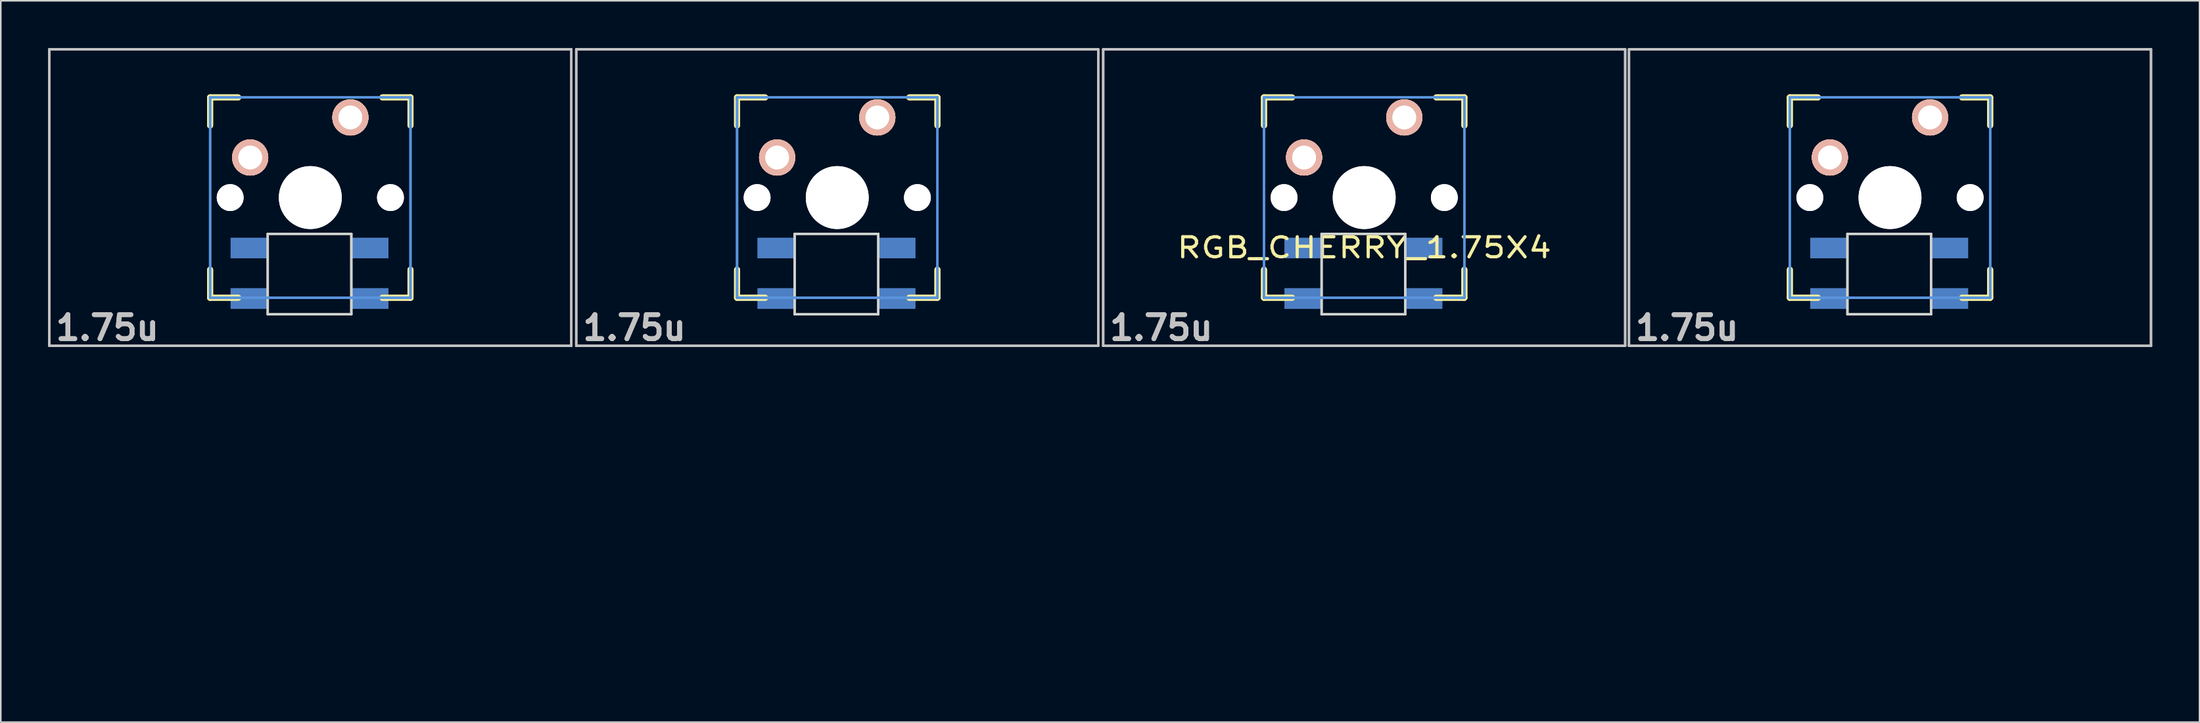
<source format=kicad_pcb>
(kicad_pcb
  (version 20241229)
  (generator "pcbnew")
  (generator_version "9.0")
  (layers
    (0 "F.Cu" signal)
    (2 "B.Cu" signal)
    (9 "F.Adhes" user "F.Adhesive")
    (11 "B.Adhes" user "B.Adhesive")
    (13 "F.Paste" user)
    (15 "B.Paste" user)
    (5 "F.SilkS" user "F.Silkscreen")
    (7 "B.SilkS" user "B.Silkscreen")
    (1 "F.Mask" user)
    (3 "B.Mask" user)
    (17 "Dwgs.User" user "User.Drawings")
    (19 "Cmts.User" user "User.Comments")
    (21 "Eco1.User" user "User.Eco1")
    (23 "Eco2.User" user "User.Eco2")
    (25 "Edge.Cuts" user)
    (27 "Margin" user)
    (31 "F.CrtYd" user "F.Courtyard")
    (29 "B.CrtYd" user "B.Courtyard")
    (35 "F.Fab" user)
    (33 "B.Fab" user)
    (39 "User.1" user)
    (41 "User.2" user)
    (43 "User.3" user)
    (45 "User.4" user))
  (footprint "RGB_CHERRY_1.75X4"
    (layer "F.Cu")
    (at 66.419 39.474)
    (property "Reference" "RGB_CHERRY_1.75X4" (at 17 -26.825 0) (layer "F.SilkS") (effects (font (size 1.27 1.524) (thickness 0.203))))
    (attr through_hole)
    (fp_line (start -56.15 -36.35) (end -54.372 -36.35) (stroke (width 0.381) (type solid)) (layer "F.SilkS"))
    (fp_line (start -56.15 -36.35) (end -54.372 -36.35) (stroke (width 0.381) (type solid)) (layer "F.SilkS"))
    (fp_line (start -56.15 -34.572) (end -56.15 -36.35) (stroke (width 0.381) (type solid)) (layer "F.SilkS"))
    (fp_line (start -56.15 -34.572) (end -56.15 -36.35) (stroke (width 0.381) (type solid)) (layer "F.SilkS"))
    (fp_line (start -56.15 -23.65) (end -56.15 -25.428) (stroke (width 0.381) (type solid)) (layer "F.SilkS"))
    (fp_line (start -56.15 -23.65) (end -56.15 -25.428) (stroke (width 0.381) (type solid)) (layer "F.SilkS"))
    (fp_line (start -54.372 -23.65) (end -56.15 -23.65) (stroke (width 0.381) (type solid)) (layer "F.SilkS"))
    (fp_line (start -54.372 -23.65) (end -56.15 -23.65) (stroke (width 0.381) (type solid)) (layer "F.SilkS"))
    (fp_line (start -45.228 -36.35) (end -43.45 -36.35) (stroke (width 0.381) (type solid)) (layer "F.SilkS"))
    (fp_line (start -45.228 -36.35) (end -43.45 -36.35) (stroke (width 0.381) (type solid)) (layer "F.SilkS"))
    (fp_line (start -43.45 -36.35) (end -43.45 -34.572) (stroke (width 0.381) (type solid)) (layer "F.SilkS"))
    (fp_line (start -43.45 -36.35) (end -43.45 -34.572) (stroke (width 0.381) (type solid)) (layer "F.SilkS"))
    (fp_line (start -43.45 -25.428) (end -43.45 -23.65) (stroke (width 0.381) (type solid)) (layer "F.SilkS"))
    (fp_line (start -43.45 -25.428) (end -43.45 -23.65) (stroke (width 0.381) (type solid)) (layer "F.SilkS"))
    (fp_line (start -43.45 -23.65) (end -45.228 -23.65) (stroke (width 0.381) (type solid)) (layer "F.SilkS"))
    (fp_line (start -43.45 -23.65) (end -45.228 -23.65) (stroke (width 0.381) (type solid)) (layer "F.SilkS"))
    (fp_line (start -22.75 -36.35) (end -20.972 -36.35) (stroke (width 0.381) (type solid)) (layer "F.SilkS"))
    (fp_line (start -22.75 -36.35) (end -20.972 -36.35) (stroke (width 0.381) (type solid)) (layer "F.SilkS"))
    (fp_line (start -22.75 -34.572) (end -22.75 -36.35) (stroke (width 0.381) (type solid)) (layer "F.SilkS"))
    (fp_line (start -22.75 -34.572) (end -22.75 -36.35) (stroke (width 0.381) (type solid)) (layer "F.SilkS"))
    (fp_line (start -22.75 -23.65) (end -22.75 -25.428) (stroke (width 0.381) (type solid)) (layer "F.SilkS"))
    (fp_line (start -22.75 -23.65) (end -22.75 -25.428) (stroke (width 0.381) (type solid)) (layer "F.SilkS"))
    (fp_line (start -20.972 -23.65) (end -22.75 -23.65) (stroke (width 0.381) (type solid)) (layer "F.SilkS"))
    (fp_line (start -20.972 -23.65) (end -22.75 -23.65) (stroke (width 0.381) (type solid)) (layer "F.SilkS"))
    (fp_line (start -11.828 -36.35) (end -10.05 -36.35) (stroke (width 0.381) (type solid)) (layer "F.SilkS"))
    (fp_line (start -11.828 -36.35) (end -10.05 -36.35) (stroke (width 0.381) (type solid)) (layer "F.SilkS"))
    (fp_line (start -10.05 -36.35) (end -10.05 -34.572) (stroke (width 0.381) (type solid)) (layer "F.SilkS"))
    (fp_line (start -10.05 -36.35) (end -10.05 -34.572) (stroke (width 0.381) (type solid)) (layer "F.SilkS"))
    (fp_line (start -10.05 -25.428) (end -10.05 -23.65) (stroke (width 0.381) (type solid)) (layer "F.SilkS"))
    (fp_line (start -10.05 -25.428) (end -10.05 -23.65) (stroke (width 0.381) (type solid)) (layer "F.SilkS"))
    (fp_line (start -10.05 -23.65) (end -11.828 -23.65) (stroke (width 0.381) (type solid)) (layer "F.SilkS"))
    (fp_line (start -10.05 -23.65) (end -11.828 -23.65) (stroke (width 0.381) (type solid)) (layer "F.SilkS"))
    (fp_line (start 10.65 -36.35) (end 12.428 -36.35) (stroke (width 0.381) (type solid)) (layer "F.SilkS"))
    (fp_line (start 10.65 -36.35) (end 12.428 -36.35) (stroke (width 0.381) (type solid)) (layer "F.SilkS"))
    (fp_line (start 10.65 -34.572) (end 10.65 -36.35) (stroke (width 0.381) (type solid)) (layer "F.SilkS"))
    (fp_line (start 10.65 -34.572) (end 10.65 -36.35) (stroke (width 0.381) (type solid)) (layer "F.SilkS"))
    (fp_line (start 10.65 -23.65) (end 10.65 -25.428) (stroke (width 0.381) (type solid)) (layer "F.SilkS"))
    (fp_line (start 10.65 -23.65) (end 10.65 -25.428) (stroke (width 0.381) (type solid)) (layer "F.SilkS"))
    (fp_line (start 12.428 -23.65) (end 10.65 -23.65) (stroke (width 0.381) (type solid)) (layer "F.SilkS"))
    (fp_line (start 12.428 -23.65) (end 10.65 -23.65) (stroke (width 0.381) (type solid)) (layer "F.SilkS"))
    (fp_line (start 21.572 -36.35) (end 23.35 -36.35) (stroke (width 0.381) (type solid)) (layer "F.SilkS"))
    (fp_line (start 21.572 -36.35) (end 23.35 -36.35) (stroke (width 0.381) (type solid)) (layer "F.SilkS"))
    (fp_line (start 23.35 -36.35) (end 23.35 -34.572) (stroke (width 0.381) (type solid)) (layer "F.SilkS"))
    (fp_line (start 23.35 -36.35) (end 23.35 -34.572) (stroke (width 0.381) (type solid)) (layer "F.SilkS"))
    (fp_line (start 23.35 -25.428) (end 23.35 -23.65) (stroke (width 0.381) (type solid)) (layer "F.SilkS"))
    (fp_line (start 23.35 -25.428) (end 23.35 -23.65) (stroke (width 0.381) (type solid)) (layer "F.SilkS"))
    (fp_line (start 23.35 -23.65) (end 21.572 -23.65) (stroke (width 0.381) (type solid)) (layer "F.SilkS"))
    (fp_line (start 23.35 -23.65) (end 21.572 -23.65) (stroke (width 0.381) (type solid)) (layer "F.SilkS"))
    (fp_line (start 43.978 -36.35) (end 45.756 -36.35) (stroke (width 0.381) (type solid)) (layer "F.SilkS"))
    (fp_line (start 43.978 -36.35) (end 45.756 -36.35) (stroke (width 0.381) (type solid)) (layer "F.SilkS"))
    (fp_line (start 43.978 -34.572) (end 43.978 -36.35) (stroke (width 0.381) (type solid)) (layer "F.SilkS"))
    (fp_line (start 43.978 -34.572) (end 43.978 -36.35) (stroke (width 0.381) (type solid)) (layer "F.SilkS"))
    (fp_line (start 43.978 -23.65) (end 43.978 -25.428) (stroke (width 0.381) (type solid)) (layer "F.SilkS"))
    (fp_line (start 43.978 -23.65) (end 43.978 -25.428) (stroke (width 0.381) (type solid)) (layer "F.SilkS"))
    (fp_line (start 45.756 -23.65) (end 43.978 -23.65) (stroke (width 0.381) (type solid)) (layer "F.SilkS"))
    (fp_line (start 45.756 -23.65) (end 43.978 -23.65) (stroke (width 0.381) (type solid)) (layer "F.SilkS"))
    (fp_line (start 54.9 -36.35) (end 56.678 -36.35) (stroke (width 0.381) (type solid)) (layer "F.SilkS"))
    (fp_line (start 54.9 -36.35) (end 56.678 -36.35) (stroke (width 0.381) (type solid)) (layer "F.SilkS"))
    (fp_line (start 56.678 -36.35) (end 56.678 -34.572) (stroke (width 0.381) (type solid)) (layer "F.SilkS"))
    (fp_line (start 56.678 -36.35) (end 56.678 -34.572) (stroke (width 0.381) (type solid)) (layer "F.SilkS"))
    (fp_line (start 56.678 -25.428) (end 56.678 -23.65) (stroke (width 0.381) (type solid)) (layer "F.SilkS"))
    (fp_line (start 56.678 -25.428) (end 56.678 -23.65) (stroke (width 0.381) (type solid)) (layer "F.SilkS"))
    (fp_line (start 56.678 -23.65) (end 54.9 -23.65) (stroke (width 0.381) (type solid)) (layer "F.SilkS"))
    (fp_line (start 56.678 -23.65) (end 54.9 -23.65) (stroke (width 0.381) (type solid)) (layer "F.SilkS"))
    (fp_line (start -66.343 -39.398) (end -33.257 -39.398) (stroke (width 0.152) (type solid)) (layer "Dwgs.User"))
    (fp_line (start -66.343 -39.398) (end -33.257 -39.398) (stroke (width 0.152) (type solid)) (layer "Dwgs.User"))
    (fp_line (start -66.343 -20.602) (end -66.343 -39.398) (stroke (width 0.152) (type solid)) (layer "Dwgs.User"))
    (fp_line (start -66.343 -20.602) (end -66.343 -39.398) (stroke (width 0.152) (type solid)) (layer "Dwgs.User"))
    (fp_line (start -33.257 -39.398) (end -33.257 -20.602) (stroke (width 0.152) (type solid)) (layer "Dwgs.User"))
    (fp_line (start -33.257 -39.398) (end -33.257 -20.602) (stroke (width 0.152) (type solid)) (layer "Dwgs.User"))
    (fp_line (start -33.257 -20.602) (end -66.343 -20.602) (stroke (width 0.152) (type solid)) (layer "Dwgs.User"))
    (fp_line (start -33.257 -20.602) (end -66.343 -20.602) (stroke (width 0.152) (type solid)) (layer "Dwgs.User"))
    (fp_line (start -32.943 -39.398) (end 0.143 -39.398) (stroke (width 0.152) (type solid)) (layer "Dwgs.User"))
    (fp_line (start -32.943 -39.398) (end 0.143 -39.398) (stroke (width 0.152) (type solid)) (layer "Dwgs.User"))
    (fp_line (start -32.943 -20.602) (end -32.943 -39.398) (stroke (width 0.152) (type solid)) (layer "Dwgs.User"))
    (fp_line (start -32.943 -20.602) (end -32.943 -39.398) (stroke (width 0.152) (type solid)) (layer "Dwgs.User"))
    (fp_line (start 0.143 -39.398) (end 0.143 -20.602) (stroke (width 0.152) (type solid)) (layer "Dwgs.User"))
    (fp_line (start 0.143 -39.398) (end 0.143 -20.602) (stroke (width 0.152) (type solid)) (layer "Dwgs.User"))
    (fp_line (start 0.143 -20.602) (end -32.943 -20.602) (stroke (width 0.152) (type solid)) (layer "Dwgs.User"))
    (fp_line (start 0.143 -20.602) (end -32.943 -20.602) (stroke (width 0.152) (type solid)) (layer "Dwgs.User"))
    (fp_line (start 0.457 -39.398) (end 33.543 -39.398) (stroke (width 0.152) (type solid)) (layer "Dwgs.User"))
    (fp_line (start 0.457 -39.398) (end 33.543 -39.398) (stroke (width 0.152) (type solid)) (layer "Dwgs.User"))
    (fp_line (start 0.457 -20.602) (end 0.457 -39.398) (stroke (width 0.152) (type solid)) (layer "Dwgs.User"))
    (fp_line (start 0.457 -20.602) (end 0.457 -39.398) (stroke (width 0.152) (type solid)) (layer "Dwgs.User"))
    (fp_line (start 33.543 -39.398) (end 33.543 -20.602) (stroke (width 0.152) (type solid)) (layer "Dwgs.User"))
    (fp_line (start 33.543 -39.398) (end 33.543 -20.602) (stroke (width 0.152) (type solid)) (layer "Dwgs.User"))
    (fp_line (start 33.543 -20.602) (end 0.457 -20.602) (stroke (width 0.152) (type solid)) (layer "Dwgs.User"))
    (fp_line (start 33.543 -20.602) (end 0.457 -20.602) (stroke (width 0.152) (type solid)) (layer "Dwgs.User"))
    (fp_line (start 33.785 -39.398) (end 66.871 -39.398) (stroke (width 0.152) (type solid)) (layer "Dwgs.User"))
    (fp_line (start 33.785 -39.398) (end 66.871 -39.398) (stroke (width 0.152) (type solid)) (layer "Dwgs.User"))
    (fp_line (start 33.785 -20.602) (end 33.785 -39.398) (stroke (width 0.152) (type solid)) (layer "Dwgs.User"))
    (fp_line (start 33.785 -20.602) (end 33.785 -39.398) (stroke (width 0.152) (type solid)) (layer "Dwgs.User"))
    (fp_line (start 66.871 -39.398) (end 66.871 -20.602) (stroke (width 0.152) (type solid)) (layer "Dwgs.User"))
    (fp_line (start 66.871 -39.398) (end 66.871 -20.602) (stroke (width 0.152) (type solid)) (layer "Dwgs.User"))
    (fp_line (start 66.871 -20.602) (end 33.785 -20.602) (stroke (width 0.152) (type solid)) (layer "Dwgs.User"))
    (fp_line (start 66.871 -20.602) (end 33.785 -20.602) (stroke (width 0.152) (type solid)) (layer "Dwgs.User"))
    (fp_line (start -56.15 -36.35) (end -43.45 -36.35) (stroke (width 0.152) (type solid)) (layer "Cmts.User"))
    (fp_line (start -56.15 -36.35) (end -43.45 -36.35) (stroke (width 0.152) (type solid)) (layer "Cmts.User"))
    (fp_line (start -56.15 -23.65) (end -56.15 -36.35) (stroke (width 0.152) (type solid)) (layer "Cmts.User"))
    (fp_line (start -56.15 -23.65) (end -56.15 -36.35) (stroke (width 0.152) (type solid)) (layer "Cmts.User"))
    (fp_line (start -43.45 -36.35) (end -43.45 -23.65) (stroke (width 0.152) (type solid)) (layer "Cmts.User"))
    (fp_line (start -43.45 -36.35) (end -43.45 -23.65) (stroke (width 0.152) (type solid)) (layer "Cmts.User"))
    (fp_line (start -43.45 -23.65) (end -56.15 -23.65) (stroke (width 0.152) (type solid)) (layer "Cmts.User"))
    (fp_line (start -43.45 -23.65) (end -56.15 -23.65) (stroke (width 0.152) (type solid)) (layer "Cmts.User"))
    (fp_line (start -22.75 -36.35) (end -10.05 -36.35) (stroke (width 0.152) (type solid)) (layer "Cmts.User"))
    (fp_line (start -22.75 -36.35) (end -10.05 -36.35) (stroke (width 0.152) (type solid)) (layer "Cmts.User"))
    (fp_line (start -22.75 -23.65) (end -22.75 -36.35) (stroke (width 0.152) (type solid)) (layer "Cmts.User"))
    (fp_line (start -22.75 -23.65) (end -22.75 -36.35) (stroke (width 0.152) (type solid)) (layer "Cmts.User"))
    (fp_line (start -10.05 -36.35) (end -10.05 -23.65) (stroke (width 0.152) (type solid)) (layer "Cmts.User"))
    (fp_line (start -10.05 -36.35) (end -10.05 -23.65) (stroke (width 0.152) (type solid)) (layer "Cmts.User"))
    (fp_line (start -10.05 -23.65) (end -22.75 -23.65) (stroke (width 0.152) (type solid)) (layer "Cmts.User"))
    (fp_line (start -10.05 -23.65) (end -22.75 -23.65) (stroke (width 0.152) (type solid)) (layer "Cmts.User"))
    (fp_line (start 10.65 -36.35) (end 23.35 -36.35) (stroke (width 0.152) (type solid)) (layer "Cmts.User"))
    (fp_line (start 10.65 -36.35) (end 23.35 -36.35) (stroke (width 0.152) (type solid)) (layer "Cmts.User"))
    (fp_line (start 10.65 -23.65) (end 10.65 -36.35) (stroke (width 0.152) (type solid)) (layer "Cmts.User"))
    (fp_line (start 10.65 -23.65) (end 10.65 -36.35) (stroke (width 0.152) (type solid)) (layer "Cmts.User"))
    (fp_line (start 23.35 -36.35) (end 23.35 -23.65) (stroke (width 0.152) (type solid)) (layer "Cmts.User"))
    (fp_line (start 23.35 -36.35) (end 23.35 -23.65) (stroke (width 0.152) (type solid)) (layer "Cmts.User"))
    (fp_line (start 23.35 -23.65) (end 10.65 -23.65) (stroke (width 0.152) (type solid)) (layer "Cmts.User"))
    (fp_line (start 23.35 -23.65) (end 10.65 -23.65) (stroke (width 0.152) (type solid)) (layer "Cmts.User"))
    (fp_line (start 43.978 -36.35) (end 56.678 -36.35) (stroke (width 0.152) (type solid)) (layer "Cmts.User"))
    (fp_line (start 43.978 -36.35) (end 56.678 -36.35) (stroke (width 0.152) (type solid)) (layer "Cmts.User"))
    (fp_line (start 43.978 -23.65) (end 43.978 -36.35) (stroke (width 0.152) (type solid)) (layer "Cmts.User"))
    (fp_line (start 43.978 -23.65) (end 43.978 -36.35) (stroke (width 0.152) (type solid)) (layer "Cmts.User"))
    (fp_line (start 56.678 -36.35) (end 56.678 -23.65) (stroke (width 0.152) (type solid)) (layer "Cmts.User"))
    (fp_line (start 56.678 -36.35) (end 56.678 -23.65) (stroke (width 0.152) (type solid)) (layer "Cmts.User"))
    (fp_line (start 56.678 -23.65) (end 43.978 -23.65) (stroke (width 0.152) (type solid)) (layer "Cmts.User"))
    (fp_line (start 56.678 -23.65) (end 43.978 -23.65) (stroke (width 0.152) (type solid)) (layer "Cmts.User"))
    (fp_line (start -56.785 -36.985) (end -42.815 -36.985) (stroke (width 0.152) (type solid)) (layer "Eco2.User"))
    (fp_line (start -56.785 -36.985) (end -42.815 -36.985) (stroke (width 0.152) (type solid)) (layer "Eco2.User"))
    (fp_line (start -56.785 -23.015) (end -56.785 -36.985) (stroke (width 0.152) (type solid)) (layer "Eco2.User"))
    (fp_line (start -56.785 -23.015) (end -56.785 -36.985) (stroke (width 0.152) (type solid)) (layer "Eco2.User"))
    (fp_line (start -42.815 -36.985) (end -42.815 -23.015) (stroke (width 0.152) (type solid)) (layer "Eco2.User"))
    (fp_line (start -42.815 -36.985) (end -42.815 -23.015) (stroke (width 0.152) (type solid)) (layer "Eco2.User"))
    (fp_line (start -42.815 -23.015) (end -56.785 -23.015) (stroke (width 0.152) (type solid)) (layer "Eco2.User"))
    (fp_line (start -42.815 -23.015) (end -56.785 -23.015) (stroke (width 0.152) (type solid)) (layer "Eco2.User"))
    (fp_line (start -23.385 -36.985) (end -9.415 -36.985) (stroke (width 0.152) (type solid)) (layer "Eco2.User"))
    (fp_line (start -23.385 -36.985) (end -9.415 -36.985) (stroke (width 0.152) (type solid)) (layer "Eco2.User"))
    (fp_line (start -23.385 -23.015) (end -23.385 -36.985) (stroke (width 0.152) (type solid)) (layer "Eco2.User"))
    (fp_line (start -23.385 -23.015) (end -23.385 -36.985) (stroke (width 0.152) (type solid)) (layer "Eco2.User"))
    (fp_line (start -9.415 -36.985) (end -9.415 -23.015) (stroke (width 0.152) (type solid)) (layer "Eco2.User"))
    (fp_line (start -9.415 -36.985) (end -9.415 -23.015) (stroke (width 0.152) (type solid)) (layer "Eco2.User"))
    (fp_line (start -9.415 -23.015) (end -23.385 -23.015) (stroke (width 0.152) (type solid)) (layer "Eco2.User"))
    (fp_line (start -9.415 -23.015) (end -23.385 -23.015) (stroke (width 0.152) (type solid)) (layer "Eco2.User"))
    (fp_line (start 10.015 -36.985) (end 23.985 -36.985) (stroke (width 0.152) (type solid)) (layer "Eco2.User"))
    (fp_line (start 10.015 -36.985) (end 23.985 -36.985) (stroke (width 0.152) (type solid)) (layer "Eco2.User"))
    (fp_line (start 10.015 -23.015) (end 10.015 -36.985) (stroke (width 0.152) (type solid)) (layer "Eco2.User"))
    (fp_line (start 10.015 -23.015) (end 10.015 -36.985) (stroke (width 0.152) (type solid)) (layer "Eco2.User"))
    (fp_line (start 23.985 -36.985) (end 23.985 -23.015) (stroke (width 0.152) (type solid)) (layer "Eco2.User"))
    (fp_line (start 23.985 -36.985) (end 23.985 -23.015) (stroke (width 0.152) (type solid)) (layer "Eco2.User"))
    (fp_line (start 23.985 -23.015) (end 10.015 -23.015) (stroke (width 0.152) (type solid)) (layer "Eco2.User"))
    (fp_line (start 23.985 -23.015) (end 10.015 -23.015) (stroke (width 0.152) (type solid)) (layer "Eco2.User"))
    (fp_line (start 43.343 -36.985) (end 57.313 -36.985) (stroke (width 0.152) (type solid)) (layer "Eco2.User"))
    (fp_line (start 43.343 -36.985) (end 57.313 -36.985) (stroke (width 0.152) (type solid)) (layer "Eco2.User"))
    (fp_line (start 43.343 -23.015) (end 43.343 -36.985) (stroke (width 0.152) (type solid)) (layer "Eco2.User"))
    (fp_line (start 43.343 -23.015) (end 43.343 -36.985) (stroke (width 0.152) (type solid)) (layer "Eco2.User"))
    (fp_line (start 57.313 -36.985) (end 57.313 -23.015) (stroke (width 0.152) (type solid)) (layer "Eco2.User"))
    (fp_line (start 57.313 -36.985) (end 57.313 -23.015) (stroke (width 0.152) (type solid)) (layer "Eco2.User"))
    (fp_line (start 57.313 -23.015) (end 43.343 -23.015) (stroke (width 0.152) (type solid)) (layer "Eco2.User"))
    (fp_line (start 57.313 -23.015) (end 43.343 -23.015) (stroke (width 0.152) (type solid)) (layer "Eco2.User"))
    (fp_line (start -52.5 -27.7) (end -52.5 -22.6) (stroke (width 0.15) (type solid)) (layer "Edge.Cuts"))
    (fp_line (start -52.5 -27.7) (end -52.5 -22.6) (stroke (width 0.15) (type solid)) (layer "Edge.Cuts"))
    (fp_line (start -52.5 -27.7) (end -47.2 -27.7) (stroke (width 0.15) (type solid)) (layer "Edge.Cuts"))
    (fp_line (start -52.5 -27.7) (end -47.2 -27.7) (stroke (width 0.15) (type solid)) (layer "Edge.Cuts"))
    (fp_line (start -47.2 -27.7) (end -47.2 -22.6) (stroke (width 0.15) (type solid)) (layer "Edge.Cuts"))
    (fp_line (start -47.2 -27.7) (end -47.2 -22.6) (stroke (width 0.15) (type solid)) (layer "Edge.Cuts"))
    (fp_line (start -47.2 -22.6) (end -52.5 -22.6) (stroke (width 0.15) (type solid)) (layer "Edge.Cuts"))
    (fp_line (start -47.2 -22.6) (end -52.5 -22.6) (stroke (width 0.15) (type solid)) (layer "Edge.Cuts"))
    (fp_line (start -19.1 -27.7) (end -19.1 -22.6) (stroke (width 0.15) (type solid)) (layer "Edge.Cuts"))
    (fp_line (start -19.1 -27.7) (end -19.1 -22.6) (stroke (width 0.15) (type solid)) (layer "Edge.Cuts"))
    (fp_line (start -19.1 -27.7) (end -13.8 -27.7) (stroke (width 0.15) (type solid)) (layer "Edge.Cuts"))
    (fp_line (start -19.1 -27.7) (end -13.8 -27.7) (stroke (width 0.15) (type solid)) (layer "Edge.Cuts"))
    (fp_line (start -13.8 -27.7) (end -13.8 -22.6) (stroke (width 0.15) (type solid)) (layer "Edge.Cuts"))
    (fp_line (start -13.8 -27.7) (end -13.8 -22.6) (stroke (width 0.15) (type solid)) (layer "Edge.Cuts"))
    (fp_line (start -13.8 -22.6) (end -19.1 -22.6) (stroke (width 0.15) (type solid)) (layer "Edge.Cuts"))
    (fp_line (start -13.8 -22.6) (end -19.1 -22.6) (stroke (width 0.15) (type solid)) (layer "Edge.Cuts"))
    (fp_line (start 14.3 -27.7) (end 14.3 -22.6) (stroke (width 0.15) (type solid)) (layer "Edge.Cuts"))
    (fp_line (start 14.3 -27.7) (end 14.3 -22.6) (stroke (width 0.15) (type solid)) (layer "Edge.Cuts"))
    (fp_line (start 14.3 -27.7) (end 19.6 -27.7) (stroke (width 0.15) (type solid)) (layer "Edge.Cuts"))
    (fp_line (start 14.3 -27.7) (end 19.6 -27.7) (stroke (width 0.15) (type solid)) (layer "Edge.Cuts"))
    (fp_line (start 19.6 -27.7) (end 19.6 -22.6) (stroke (width 0.15) (type solid)) (layer "Edge.Cuts"))
    (fp_line (start 19.6 -27.7) (end 19.6 -22.6) (stroke (width 0.15) (type solid)) (layer "Edge.Cuts"))
    (fp_line (start 19.6 -22.6) (end 14.3 -22.6) (stroke (width 0.15) (type solid)) (layer "Edge.Cuts"))
    (fp_line (start 19.6 -22.6) (end 14.3 -22.6) (stroke (width 0.15) (type solid)) (layer "Edge.Cuts"))
    (fp_line (start 47.628 -27.7) (end 47.628 -22.6) (stroke (width 0.15) (type solid)) (layer "Edge.Cuts"))
    (fp_line (start 47.628 -27.7) (end 47.628 -22.6) (stroke (width 0.15) (type solid)) (layer "Edge.Cuts"))
    (fp_line (start 47.628 -27.7) (end 52.928 -27.7) (stroke (width 0.15) (type solid)) (layer "Edge.Cuts"))
    (fp_line (start 47.628 -27.7) (end 52.928 -27.7) (stroke (width 0.15) (type solid)) (layer "Edge.Cuts"))
    (fp_line (start 52.928 -27.7) (end 52.928 -22.6) (stroke (width 0.15) (type solid)) (layer "Edge.Cuts"))
    (fp_line (start 52.928 -27.7) (end 52.928 -22.6) (stroke (width 0.15) (type solid)) (layer "Edge.Cuts"))
    (fp_line (start 52.928 -22.6) (end 47.628 -22.6) (stroke (width 0.15) (type solid)) (layer "Edge.Cuts"))
    (fp_line (start 52.928 -22.6) (end 47.628 -22.6) (stroke (width 0.15) (type solid)) (layer "Edge.Cuts"))
    (fp_text user "1.75u" (at 4.14 -21.745 0) (layer "Dwgs.User") (effects (font (size 1.524 1.524) (thickness 0.305))))
    (fp_text user "1.75u" (at -29.26 -21.745 0) (layer "Dwgs.User") (effects (font (size 1.524 1.524) (thickness 0.305))))
    (fp_text user "1.75u" (at -62.66 -21.745 0) (layer "Dwgs.User") (effects (font (size 1.524 1.524) (thickness 0.305))))
    (fp_text user "1.75u" (at -62.66 -21.745 0) (layer "Dwgs.User") (effects (font (size 1.524 1.524) (thickness 0.305))))
    (fp_text user "1.75u" (at 37.468 -21.745 0) (layer "Dwgs.User") (effects (font (size 1.524 1.524) (thickness 0.305))))
    (fp_text user "1.75u" (at 37.468 -21.745 0) (layer "Dwgs.User") (effects (font (size 1.524 1.524) (thickness 0.305))))
    (fp_text user "1.75u" (at 4.14 -21.745 0) (layer "Dwgs.User") (effects (font (size 1.524 1.524) (thickness 0.305))))
    (fp_text user "1.75u" (at -29.26 -21.745 0) (layer "Dwgs.User") (effects (font (size 1.524 1.524) (thickness 0.305))))
    (pad "" np_thru_hole circle (at -54.88 -30) (size 1.702 1.702) (drill 1.702) (layers "*.Cu"))
    (pad "" np_thru_hole circle (at -54.88 -30) (size 1.702 1.702) (drill 1.702) (layers "*.Cu"))
    (pad "" np_thru_hole circle (at -49.8 -30) (size 3.988 3.988) (drill 3.988) (layers "*.Cu"))
    (pad "" np_thru_hole circle (at -49.8 -30) (size 3.988 3.988) (drill 3.988) (layers "*.Cu"))
    (pad "" np_thru_hole circle (at -44.72 -30) (size 1.702 1.702) (drill 1.702) (layers "*.Cu"))
    (pad "" np_thru_hole circle (at -44.72 -30) (size 1.702 1.702) (drill 1.702) (layers "*.Cu"))
    (pad "" np_thru_hole circle (at -21.48 -30) (size 1.702 1.702) (drill 1.702) (layers "*.Cu"))
    (pad "" np_thru_hole circle (at -21.48 -30) (size 1.702 1.702) (drill 1.702) (layers "*.Cu"))
    (pad "" np_thru_hole circle (at -16.4 -30) (size 3.988 3.988) (drill 3.988) (layers "*.Cu"))
    (pad "" np_thru_hole circle (at -16.4 -30) (size 3.988 3.988) (drill 3.988) (layers "*.Cu"))
    (pad "" np_thru_hole circle (at -11.32 -30) (size 1.702 1.702) (drill 1.702) (layers "*.Cu"))
    (pad "" np_thru_hole circle (at -11.32 -30) (size 1.702 1.702) (drill 1.702) (layers "*.Cu"))
    (pad "" np_thru_hole circle (at 11.92 -30) (size 1.702 1.702) (drill 1.702) (layers "*.Cu"))
    (pad "" np_thru_hole circle (at 11.92 -30) (size 1.702 1.702) (drill 1.702) (layers "*.Cu"))
    (pad "" np_thru_hole circle (at 17 -30) (size 3.988 3.988) (drill 3.988) (layers "*.Cu"))
    (pad "" np_thru_hole circle (at 17 -30) (size 3.988 3.988) (drill 3.988) (layers "*.Cu"))
    (pad "" np_thru_hole circle (at 22.08 -30) (size 1.702 1.702) (drill 1.702) (layers "*.Cu"))
    (pad "" np_thru_hole circle (at 22.08 -30) (size 1.702 1.702) (drill 1.702) (layers "*.Cu"))
    (pad "" np_thru_hole circle (at 45.248 -30) (size 1.702 1.702) (drill 1.702) (layers "*.Cu"))
    (pad "" np_thru_hole circle (at 45.248 -30) (size 1.702 1.702) (drill 1.702) (layers "*.Cu"))
    (pad "" np_thru_hole circle (at 50.328 -30) (size 3.988 3.988) (drill 3.988) (layers "*.Cu"))
    (pad "" np_thru_hole circle (at 50.328 -30) (size 3.988 3.988) (drill 3.988) (layers "*.Cu"))
    (pad "" np_thru_hole circle (at 55.408 -30) (size 1.702 1.702) (drill 1.702) (layers "*.Cu"))
    (pad "" np_thru_hole circle (at 55.408 -30) (size 1.702 1.702) (drill 1.702) (layers "*.Cu"))
    (pad "1" thru_hole circle (at -47.26 -35.08) (size 2.286 2.286) (drill 1.499) (layers "*.Cu" "*.SilkS" "*.Mask"))
    (pad "1" thru_hole circle (at -47.26 -35.08) (size 2.286 2.286) (drill 1.499) (layers "*.Cu" "*.SilkS" "*.Mask"))
    (pad "1" thru_hole circle (at -13.86 -35.08) (size 2.286 2.286) (drill 1.499) (layers "*.Cu" "*.SilkS" "*.Mask"))
    (pad "1" thru_hole circle (at -13.86 -35.08) (size 2.286 2.286) (drill 1.499) (layers "*.Cu" "*.SilkS" "*.Mask"))
    (pad "1" thru_hole circle (at 19.54 -35.08) (size 2.286 2.286) (drill 1.499) (layers "*.Cu" "*.SilkS" "*.Mask"))
    (pad "1" thru_hole circle (at 19.54 -35.08) (size 2.286 2.286) (drill 1.499) (layers "*.Cu" "*.SilkS" "*.Mask"))
    (pad "1" thru_hole circle (at 52.868 -35.08) (size 2.286 2.286) (drill 1.499) (layers "*.Cu" "*.SilkS" "*.Mask"))
    (pad "1" thru_hole circle (at 52.868 -35.08) (size 2.286 2.286) (drill 1.499) (layers "*.Cu" "*.SilkS" "*.Mask"))
    (pad "2" thru_hole circle (at -53.61 -32.54) (size 2.286 2.286) (drill 1.499) (layers "*.Cu" "*.SilkS" "*.Mask"))
    (pad "2" thru_hole circle (at -53.61 -32.54) (size 2.286 2.286) (drill 1.499) (layers "*.Cu" "*.SilkS" "*.Mask"))
    (pad "2" thru_hole circle (at -20.21 -32.54) (size 2.286 2.286) (drill 1.499) (layers "*.Cu" "*.SilkS" "*.Mask"))
    (pad "2" thru_hole circle (at -20.21 -32.54) (size 2.286 2.286) (drill 1.499) (layers "*.Cu" "*.SilkS" "*.Mask"))
    (pad "2" thru_hole circle (at 13.19 -32.54) (size 2.286 2.286) (drill 1.499) (layers "*.Cu" "*.SilkS" "*.Mask"))
    (pad "2" thru_hole circle (at 13.19 -32.54) (size 2.286 2.286) (drill 1.499) (layers "*.Cu" "*.SilkS" "*.Mask"))
    (pad "2" thru_hole circle (at 46.518 -32.54) (size 2.286 2.286) (drill 1.499) (layers "*.Cu" "*.SilkS" "*.Mask"))
    (pad "2" thru_hole circle (at 46.518 -32.54) (size 2.286 2.286) (drill 1.499) (layers "*.Cu" "*.SilkS" "*.Mask"))
    (pad "3" smd rect (at -52.6 -26.8) (size 2.3 1.3) (drill (offset -1.1 0)) (layers "B.Cu" "B.Mask" "B.Paste"))
    (pad "3" smd rect (at -52.6 -26.8) (size 2.3 1.3) (drill (offset -1.1 0)) (layers "B.Cu" "B.Mask" "B.Paste"))
    (pad "3" smd rect (at -19.2 -26.8) (size 2.3 1.3) (drill (offset -1.1 0)) (layers "B.Cu" "B.Mask" "B.Paste"))
    (pad "3" smd rect (at -19.2 -26.8) (size 2.3 1.3) (drill (offset -1.1 0)) (layers "B.Cu" "B.Mask" "B.Paste"))
    (pad "3" smd rect (at 14.2 -26.8) (size 2.3 1.3) (drill (offset -1.1 0)) (layers "B.Cu" "B.Mask" "B.Paste"))
    (pad "3" smd rect (at 14.2 -26.8) (size 2.3 1.3) (drill (offset -1.1 0)) (layers "B.Cu" "B.Mask" "B.Paste"))
    (pad "3" smd rect (at 47.528 -26.8) (size 2.3 1.3) (drill (offset -1.1 0)) (layers "B.Cu" "B.Mask" "B.Paste"))
    (pad "3" smd rect (at 47.528 -26.8) (size 2.3 1.3) (drill (offset -1.1 0)) (layers "B.Cu" "B.Mask" "B.Paste"))
    (pad "4" smd rect (at -52.6 -23.6) (size 2.3 1.3) (drill (offset -1.1 0)) (layers "B.Cu" "B.Mask" "B.Paste"))
    (pad "4" smd rect (at -52.6 -23.6) (size 2.3 1.3) (drill (offset -1.1 0)) (layers "B.Cu" "B.Mask" "B.Paste"))
    (pad "4" smd rect (at -19.2 -23.6) (size 2.3 1.3) (drill (offset -1.1 0)) (layers "B.Cu" "B.Mask" "B.Paste"))
    (pad "4" smd rect (at -19.2 -23.6) (size 2.3 1.3) (drill (offset -1.1 0)) (layers "B.Cu" "B.Mask" "B.Paste"))
    (pad "4" smd rect (at 14.2 -23.6) (size 2.3 1.3) (drill (offset -1.1 0)) (layers "B.Cu" "B.Mask" "B.Paste"))
    (pad "4" smd rect (at 14.2 -23.6) (size 2.3 1.3) (drill (offset -1.1 0)) (layers "B.Cu" "B.Mask" "B.Paste"))
    (pad "4" smd rect (at 47.528 -23.6) (size 2.3 1.3) (drill (offset -1.1 0)) (layers "B.Cu" "B.Mask" "B.Paste"))
    (pad "4" smd rect (at 47.528 -23.6) (size 2.3 1.3) (drill (offset -1.1 0)) (layers "B.Cu" "B.Mask" "B.Paste"))
    (pad "5" smd rect (at -47.1 -23.6) (size 2.3 1.3) (drill (offset 1.1 0)) (layers "B.Cu" "B.Mask" "B.Paste"))
    (pad "5" smd rect (at -47.1 -23.6) (size 2.3 1.3) (drill (offset 1.1 0)) (layers "B.Cu" "B.Mask" "B.Paste"))
    (pad "5" smd rect (at -13.7 -23.6) (size 2.3 1.3) (drill (offset 1.1 0)) (layers "B.Cu" "B.Mask" "B.Paste"))
    (pad "5" smd rect (at -13.7 -23.6) (size 2.3 1.3) (drill (offset 1.1 0)) (layers "B.Cu" "B.Mask" "B.Paste"))
    (pad "5" smd rect (at 19.7 -23.6) (size 2.3 1.3) (drill (offset 1.1 0)) (layers "B.Cu" "B.Mask" "B.Paste"))
    (pad "5" smd rect (at 19.7 -23.6) (size 2.3 1.3) (drill (offset 1.1 0)) (layers "B.Cu" "B.Mask" "B.Paste"))
    (pad "5" smd rect (at 53.028 -23.6) (size 2.3 1.3) (drill (offset 1.1 0)) (layers "B.Cu" "B.Mask" "B.Paste"))
    (pad "5" smd rect (at 53.028 -23.6) (size 2.3 1.3) (drill (offset 1.1 0)) (layers "B.Cu" "B.Mask" "B.Paste"))
    (pad "6" smd rect (at -47.1 -26.8) (size 2.3 1.3) (drill (offset 1.1 0)) (layers "B.Cu" "B.Mask" "B.Paste"))
    (pad "6" smd rect (at -47.1 -26.8) (size 2.3 1.3) (drill (offset 1.1 0)) (layers "B.Cu" "B.Mask" "B.Paste"))
    (pad "6" smd rect (at -13.7 -26.8) (size 2.3 1.3) (drill (offset 1.1 0)) (layers "B.Cu" "B.Mask" "B.Paste"))
    (pad "6" smd rect (at -13.7 -26.8) (size 2.3 1.3) (drill (offset 1.1 0)) (layers "B.Cu" "B.Mask" "B.Paste"))
    (pad "6" smd rect (at 19.7 -26.8) (size 2.3 1.3) (drill (offset 1.1 0)) (layers "B.Cu" "B.Mask" "B.Paste"))
    (pad "6" smd rect (at 19.7 -26.8) (size 2.3 1.3) (drill (offset 1.1 0)) (layers "B.Cu" "B.Mask" "B.Paste"))
    (pad "6" smd rect (at 53.028 -26.8) (size 2.3 1.3) (drill (offset 1.1 0)) (layers "B.Cu" "B.Mask" "B.Paste"))
    (pad "6" smd rect (at 53.028 -26.8) (size 2.3 1.3) (drill (offset 1.1 0)) (layers "B.Cu" "B.Mask" "B.Paste")))
  (gr_rect
    (start -3 -3)
    (end 136.366 42.724)
    (stroke (width 0.1) (type default))
    (fill no)
    (layer "Edge.Cuts")))
</source>
